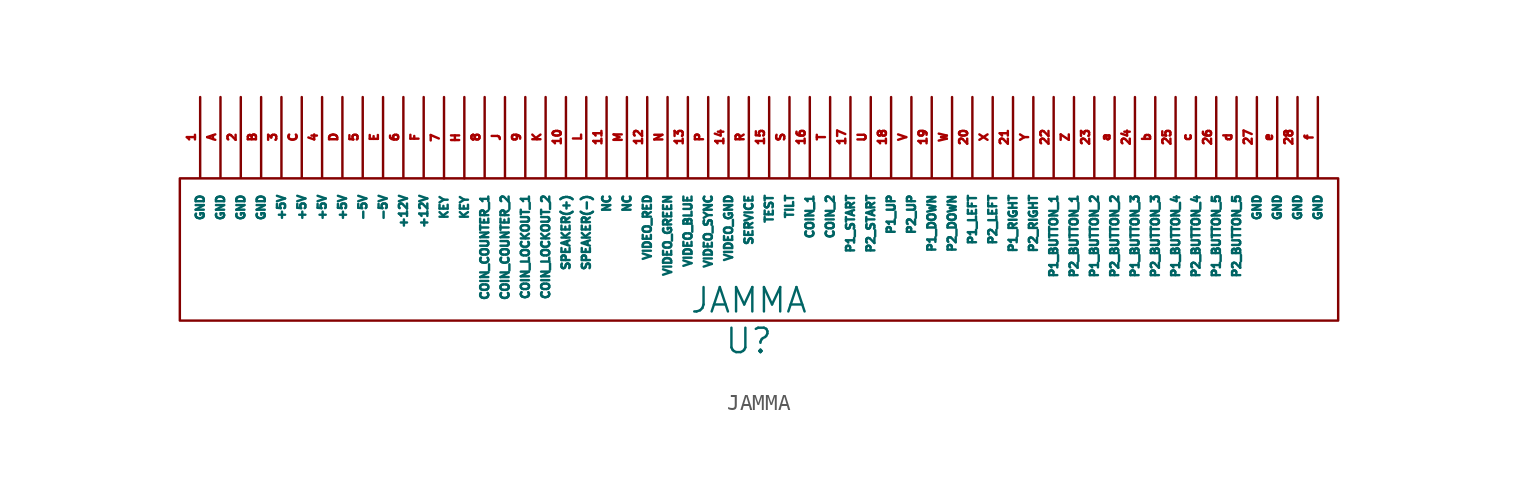
<source format=kicad_sym>
(kicad_symbol_lib
  (version 20220914)
  (generator kicad_symbol_editor)
  (symbol "JAMMA"
    (pin_names
      (offset 1.016))
    (property "Reference" "U"
      (at 0 -7.62 0)
      (effects (font (size 1.524 1.524))))
    (property "Value" "JAMMA"
      (at 0 -5.08 0)
      (effects (font (size 1.524 1.524))))
    (symbol "JAMMA_0_1"
      (rectangle (start -35.56 -6.35) (end 36.83 2.54) (stroke (width 0) (type solid)) (fill (type none)))
      (pin input line (at 1.27 7.62 270) (length 5.004) (name "TEST" (effects (font (size 0.508 0.508)))) (number "15" (effects (font (size 0.508 0.508)))))
      (pin input line (at 3.81 7.62 270) (length 5.004) (name "COIN_1" (effects (font (size 0.508 0.508)))) (number "16" (effects (font (size 0.508 0.508)))))
      (pin input line (at 6.35 7.62 270) (length 5.004) (name "P1_START" (effects (font (size 0.508 0.508)))) (number "17" (effects (font (size 0.508 0.508)))))
      (pin input line (at 8.89 7.62 270) (length 5.004) (name "P1_UP" (effects (font (size 0.508 0.508)))) (number "18" (effects (font (size 0.508 0.508)))))
      (pin input line (at 11.43 7.62 270) (length 5.004) (name "P1_DOWN" (effects (font (size 0.508 0.508)))) (number "19" (effects (font (size 0.508 0.508)))))
      (pin input line (at 13.97 7.62 270) (length 5.004) (name "P1_LEFT" (effects (font (size 0.508 0.508)))) (number "20" (effects (font (size 0.508 0.508)))))
      (pin input line (at 16.51 7.62 270) (length 5.004) (name "P1_RIGHT" (effects (font (size 0.508 0.508)))) (number "21" (effects (font (size 0.508 0.508)))))
      (pin input line (at 19.05 7.62 270) (length 5.004) (name "P1_BUTTON_1" (effects (font (size 0.508 0.508)))) (number "22" (effects (font (size 0.508 0.508)))))
      (pin input line (at 21.59 7.62 270) (length 5.004) (name "P1_BUTTON_2" (effects (font (size 0.508 0.508)))) (number "23" (effects (font (size 0.508 0.508)))))
      (pin input line (at 24.13 7.62 270) (length 5.004) (name "P1_BUTTON_3" (effects (font (size 0.508 0.508)))) (number "24" (effects (font (size 0.508 0.508)))))
      (pin input line (at 26.67 7.62 270) (length 5.004) (name "P1_BUTTON_4" (effects (font (size 0.508 0.508)))) (number "25" (effects (font (size 0.508 0.508)))))
      (pin input line (at 29.21 7.62 270) (length 5.004) (name "P1_BUTTON_5" (effects (font (size 0.508 0.508)))) (number "26" (effects (font (size 0.508 0.508)))))
      (pin power_out line (at 31.75 7.62 270) (length 5.004) (name "GND" (effects (font (size 0.508 0.508)))) (number "27" (effects (font (size 0.508 0.508)))))
      (pin power_out line (at 34.29 7.62 270) (length 5.004) (name "GND" (effects (font (size 0.508 0.508)))) (number "28" (effects (font (size 0.508 0.508)))))
      (pin input line (at 2.54 7.62 270) (length 5.004) (name "TILT" (effects (font (size 0.508 0.508)))) (number "S" (effects (font (size 0.508 0.508)))))
      (pin input line (at 5.08 7.62 270) (length 5.004) (name "COIN_2" (effects (font (size 0.508 0.508)))) (number "T" (effects (font (size 0.508 0.508)))))
      (pin input line (at 7.62 7.62 270) (length 5.004) (name "P2_START" (effects (font (size 0.508 0.508)))) (number "U" (effects (font (size 0.508 0.508)))))
      (pin input line (at 10.16 7.62 270) (length 5.004) (name "P2_UP" (effects (font (size 0.508 0.508)))) (number "V" (effects (font (size 0.508 0.508)))))
      (pin input line (at 12.7 7.62 270) (length 5.004) (name "P2_DOWN" (effects (font (size 0.508 0.508)))) (number "W" (effects (font (size 0.508 0.508)))))
      (pin input line (at 15.24 7.62 270) (length 5.004) (name "P2_LEFT" (effects (font (size 0.508 0.508)))) (number "X" (effects (font (size 0.508 0.508)))))
      (pin input line (at 17.78 7.62 270) (length 5.004) (name "P2_RIGHT" (effects (font (size 0.508 0.508)))) (number "Y" (effects (font (size 0.508 0.508)))))
      (pin input line (at 20.32 7.62 270) (length 5.004) (name "P2_BUTTON_1" (effects (font (size 0.508 0.508)))) (number "Z" (effects (font (size 0.508 0.508)))))
      (pin input line (at 22.86 7.62 270) (length 5.004) (name "P2_BUTTON_2" (effects (font (size 0.508 0.508)))) (number "a" (effects (font (size 0.508 0.508)))))
      (pin input line (at 25.4 7.62 270) (length 5.004) (name "P2_BUTTON_3" (effects (font (size 0.508 0.508)))) (number "b" (effects (font (size 0.508 0.508)))))
      (pin input line (at 27.94 7.62 270) (length 5.004) (name "P2_BUTTON_4" (effects (font (size 0.508 0.508)))) (number "c" (effects (font (size 0.508 0.508)))))
      (pin input line (at 30.48 7.62 270) (length 5.004) (name "P2_BUTTON_5" (effects (font (size 0.508 0.508)))) (number "d" (effects (font (size 0.508 0.508)))))
      (pin power_out line (at 33.02 7.62 270) (length 5.004) (name "GND" (effects (font (size 0.508 0.508)))) (number "e" (effects (font (size 0.508 0.508)))))
      (pin power_out line (at 35.56 7.62 270) (length 5.004) (name "GND" (effects (font (size 0.508 0.508)))) (number "f" (effects (font (size 0.508 0.508))))))
    (symbol "JAMMA_1_1"
      (pin power_out line (at -34.29 7.62 270) (length 5.004) (name "GND" (effects (font (size 0.508 0.508)))) (number "1" (effects (font (size 0.508 0.508)))))
      (pin output line (at -11.43 7.62 270) (length 5.004) (name "SPEAKER(+)" (effects (font (size 0.508 0.508)))) (number "10" (effects (font (size 0.508 0.508)))))
      (pin output line (at -8.89 7.62 270) (length 5.004) (name "NC" (effects (font (size 0.508 0.508)))) (number "11" (effects (font (size 0.508 0.508)))))
      (pin output line (at -6.35 7.62 270) (length 5.004) (name "VIDEO_RED" (effects (font (size 0.508 0.508)))) (number "12" (effects (font (size 0.508 0.508)))))
      (pin output line (at -3.81 7.62 270) (length 5.004) (name "VIDEO_BLUE" (effects (font (size 0.508 0.508)))) (number "13" (effects (font (size 0.508 0.508)))))
      (pin power_out line (at -1.27 7.62 270) (length 5.004) (name "VIDEO_GND" (effects (font (size 0.508 0.508)))) (number "14" (effects (font (size 0.508 0.508)))))
      (pin power_out line (at -31.75 7.62 270) (length 5.004) (name "GND" (effects (font (size 0.508 0.508)))) (number "2" (effects (font (size 0.508 0.508)))))
      (pin power_in line (at -29.21 7.62 270) (length 5.004) (name "+5V" (effects (font (size 0.508 0.508)))) (number "3" (effects (font (size 0.508 0.508)))))
      (pin power_in line (at -26.67 7.62 270) (length 5.004) (name "+5V" (effects (font (size 0.508 0.508)))) (number "4" (effects (font (size 0.508 0.508)))))
      (pin power_in line (at -24.13 7.62 270) (length 5.004) (name "-5V" (effects (font (size 0.508 0.508)))) (number "5" (effects (font (size 0.508 0.508)))))
      (pin power_in line (at -21.59 7.62 270) (length 5.004) (name "+12V" (effects (font (size 0.508 0.508)))) (number "6" (effects (font (size 0.508 0.508)))))
      (pin bidirectional line (at -19.05 7.62 270) (length 5.08) (name "KEY" (effects (font (size 0.508 0.508)))) (number "7" (effects (font (size 0.508 0.508)))))
      (pin output line (at -16.51 7.62 270) (length 5.004) (name "COIN_COUNTER_1" (effects (font (size 0.508 0.508)))) (number "8" (effects (font (size 0.508 0.508)))))
      (pin output line (at -13.97 7.62 270) (length 5.004) (name "COIN_LOCKOUT_1" (effects (font (size 0.508 0.508)))) (number "9" (effects (font (size 0.508 0.508)))))
      (pin power_out line (at -33.02 7.62 270) (length 5.004) (name "GND" (effects (font (size 0.508 0.508)))) (number "A" (effects (font (size 0.508 0.508)))))
      (pin power_out line (at -30.48 7.62 270) (length 5.004) (name "GND" (effects (font (size 0.508 0.508)))) (number "B" (effects (font (size 0.508 0.508)))))
      (pin power_in line (at -27.94 7.62 270) (length 5.004) (name "+5V" (effects (font (size 0.508 0.508)))) (number "C" (effects (font (size 0.508 0.508)))))
      (pin power_in line (at -25.4 7.62 270) (length 5.004) (name "+5V" (effects (font (size 0.508 0.508)))) (number "D" (effects (font (size 0.508 0.508)))))
      (pin power_in line (at -22.86 7.62 270) (length 5.004) (name "-5V" (effects (font (size 0.508 0.508)))) (number "E" (effects (font (size 0.508 0.508)))))
      (pin power_in line (at -20.32 7.62 270) (length 5.004) (name "+12V" (effects (font (size 0.508 0.508)))) (number "F" (effects (font (size 0.508 0.508)))))
      (pin bidirectional line (at -17.78 7.62 270) (length 5.08) (name "KEY" (effects (font (size 0.508 0.508)))) (number "H" (effects (font (size 0.508 0.508)))))
      (pin output line (at -15.24 7.62 270) (length 5.004) (name "COIN_COUNTER_2" (effects (font (size 0.508 0.508)))) (number "J" (effects (font (size 0.508 0.508)))))
      (pin output line (at -12.7 7.62 270) (length 5.004) (name "COIN_LOCKOUT_2" (effects (font (size 0.508 0.508)))) (number "K" (effects (font (size 0.508 0.508)))))
      (pin output line (at -10.16 7.62 270) (length 5.004) (name "SPEAKER(-)" (effects (font (size 0.508 0.508)))) (number "L" (effects (font (size 0.508 0.508)))))
      (pin input line (at -7.62 7.62 270) (length 5.004) (name "NC" (effects (font (size 0.508 0.508)))) (number "M" (effects (font (size 0.508 0.508)))))
      (pin output line (at -5.08 7.62 270) (length 5.004) (name "VIDEO_GREEN" (effects (font (size 0.508 0.508)))) (number "N" (effects (font (size 0.508 0.508)))))
      (pin output line (at -2.54 7.62 270) (length 5.004) (name "VIDEO_SYNC" (effects (font (size 0.508 0.508)))) (number "P" (effects (font (size 0.508 0.508)))))
      (pin input line (at 0 7.62 270) (length 5.004) (name "SERVICE" (effects (font (size 0.508 0.508)))) (number "R" (effects (font (size 0.508 0.508))))))))
</source>
